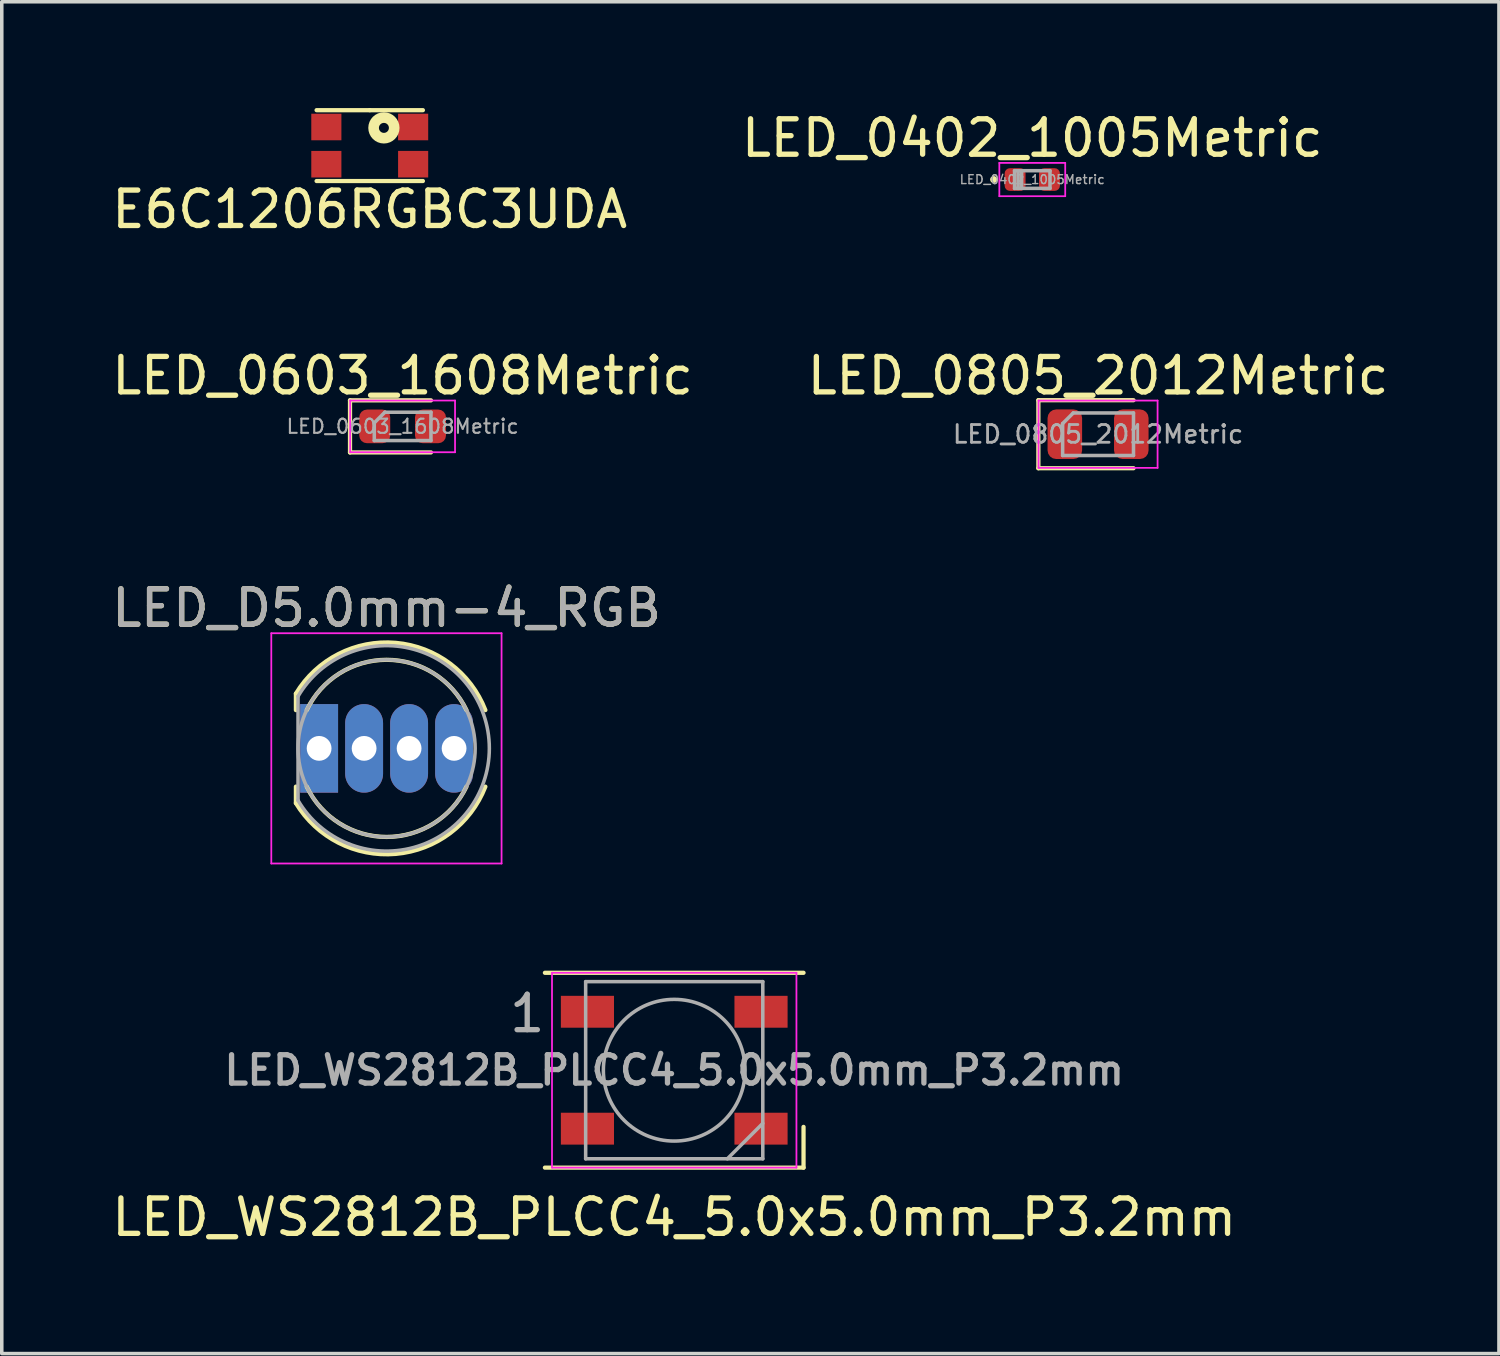
<source format=kicad_pcb>
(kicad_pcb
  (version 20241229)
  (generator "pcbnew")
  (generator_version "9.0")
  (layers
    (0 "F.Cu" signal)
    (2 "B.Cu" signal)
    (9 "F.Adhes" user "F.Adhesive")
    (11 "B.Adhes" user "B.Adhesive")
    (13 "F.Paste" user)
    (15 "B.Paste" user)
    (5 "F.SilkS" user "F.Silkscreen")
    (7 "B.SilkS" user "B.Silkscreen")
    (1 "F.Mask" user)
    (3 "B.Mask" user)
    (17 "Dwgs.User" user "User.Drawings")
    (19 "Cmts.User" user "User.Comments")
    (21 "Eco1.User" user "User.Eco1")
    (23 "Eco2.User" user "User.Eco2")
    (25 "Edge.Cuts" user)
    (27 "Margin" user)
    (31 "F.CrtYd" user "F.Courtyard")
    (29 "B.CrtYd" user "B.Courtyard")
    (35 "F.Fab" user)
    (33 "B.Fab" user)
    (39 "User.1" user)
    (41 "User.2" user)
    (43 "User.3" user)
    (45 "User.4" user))
  (footprint "LED_WS2812B_PLCC4_5.0x5.0mm_P3.2mm"
    (layer "F.Cu")
    (at 15.982 27.16)
    (property "Reference" "LED_WS2812B_PLCC4_5.0x5.0mm_P3.2mm" (at 0 4.15 180) (layer "F.SilkS") (effects (font (size 1 1) (thickness 0.15))))
    (attr smd)
    (fp_line (start -3.65 -2.75) (end 3.65 -2.75) (stroke (width 0.12) (type solid)) (layer "F.SilkS"))
    (fp_line (start -3.65 2.75) (end 3.65 2.75) (stroke (width 0.12) (type solid)) (layer "F.SilkS"))
    (fp_line (start 3.65 2.75) (end 3.65 1.6) (stroke (width 0.12) (type solid)) (layer "F.SilkS"))
    (fp_line (start -3.45 -2.75) (end -3.45 2.75) (stroke (width 0.05) (type solid)) (layer "F.CrtYd"))
    (fp_line (start -3.45 2.75) (end 3.45 2.75) (stroke (width 0.05) (type solid)) (layer "F.CrtYd"))
    (fp_line (start 3.45 -2.75) (end -3.45 -2.75) (stroke (width 0.05) (type solid)) (layer "F.CrtYd"))
    (fp_line (start 3.45 2.75) (end 3.45 -2.75) (stroke (width 0.05) (type solid)) (layer "F.CrtYd"))
    (fp_line (start -2.5 -2.5) (end -2.5 2.5) (stroke (width 0.1) (type solid)) (layer "F.Fab"))
    (fp_line (start -2.5 2.5) (end 2.5 2.5) (stroke (width 0.1) (type solid)) (layer "F.Fab"))
    (fp_line (start 2.5 -2.5) (end -2.5 -2.5) (stroke (width 0.1) (type solid)) (layer "F.Fab"))
    (fp_line (start 2.5 1.5) (end 1.5 2.5) (stroke (width 0.1) (type solid)) (layer "F.Fab"))
    (fp_line (start 2.5 2.5) (end 2.5 -2.5) (stroke (width 0.1) (type solid)) (layer "F.Fab"))
    (fp_circle (center 0 0) (end 0 -2) (stroke (width 0.1) (type solid)) (fill no) (layer "F.Fab"))
    (fp_text user "${REFERENCE}" (at 0 0 180) (layer "F.Fab") (effects (font (size 0.8 0.8) (thickness 0.15))))
    (fp_text user "1" (at -4.15 -1.6 180) (layer "F.Fab") (effects (font (size 1 1) (thickness 0.15))))
    (pad "1" smd rect (at -2.45 -1.65) (size 1.5 0.9) (layers "F.Cu" "F.Mask" "F.Paste"))
    (pad "2" smd rect (at -2.45 1.65) (size 1.5 0.9) (layers "F.Cu" "F.Mask" "F.Paste"))
    (pad "3" smd rect (at 2.45 1.65) (size 1.5 0.9) (layers "F.Cu" "F.Mask" "F.Paste"))
    (pad "4" smd rect (at 2.45 -1.65) (size 1.5 0.9) (layers "F.Cu" "F.Mask" "F.Paste")))
  (footprint "E6C1206RGBC3UDA"
    (layer "F.Cu")
    (at 7.387 1.06)
    (property "Reference" "E6C1206RGBC3UDA" (at 0 1.8 0) (layer "F.SilkS") (effects (font (size 1 1) (thickness 0.15))))
    (attr through_hole)
    (fp_line (start -1.5 1) (end 1.5 1) (stroke (width 0.12) (type solid)) (layer "F.SilkS"))
    (fp_line (start 0 -1) (end -1.5 -1) (stroke (width 0.12) (type solid)) (layer "F.SilkS"))
    (fp_line (start 0 -1) (end 1.5 -1) (stroke (width 0.12) (type solid)) (layer "F.SilkS"))
    (fp_circle (center 0.4 -0.5) (end 0.541 -0.5) (stroke (width 0.3) (type solid)) (fill no) (layer "F.SilkS"))
    (pad "1" smd rect (at -1.225 -0.525) (size 0.85 0.75) (layers "F.Cu" "F.Mask" "F.Paste"))
    (pad "2" smd rect (at 1.225 -0.525) (size 0.85 0.75) (layers "F.Cu" "F.Mask" "F.Paste"))
    (pad "3" smd rect (at -1.225 0.525) (size 0.85 0.75) (layers "F.Cu" "F.Mask" "F.Paste"))
    (pad "4" smd rect (at 1.225 0.525) (size 0.85 0.75) (layers "F.Cu" "F.Mask" "F.Paste")))
  (footprint "LED_0603_1608Metric"
    (layer "F.Cu")
    (at 8.315 8.986)
    (property "Reference" "LED_0603_1608Metric" (at 0 -1.43 0) (layer "F.SilkS") (effects (font (size 1 1) (thickness 0.15))))
    (attr smd)
    (fp_line (start -1.485 -0.735) (end -1.485 0.735) (stroke (width 0.12) (type solid)) (layer "F.SilkS"))
    (fp_line (start -1.485 0.735) (end 0.8 0.735) (stroke (width 0.12) (type solid)) (layer "F.SilkS"))
    (fp_line (start 0.8 -0.735) (end -1.485 -0.735) (stroke (width 0.12) (type solid)) (layer "F.SilkS"))
    (fp_line (start -1.48 -0.73) (end 1.48 -0.73) (stroke (width 0.05) (type solid)) (layer "F.CrtYd"))
    (fp_line (start -1.48 0.73) (end -1.48 -0.73) (stroke (width 0.05) (type solid)) (layer "F.CrtYd"))
    (fp_line (start 1.48 -0.73) (end 1.48 0.73) (stroke (width 0.05) (type solid)) (layer "F.CrtYd"))
    (fp_line (start 1.48 0.73) (end -1.48 0.73) (stroke (width 0.05) (type solid)) (layer "F.CrtYd"))
    (fp_line (start -0.8 -0.1) (end -0.8 0.4) (stroke (width 0.1) (type solid)) (layer "F.Fab"))
    (fp_line (start -0.8 0.4) (end 0.8 0.4) (stroke (width 0.1) (type solid)) (layer "F.Fab"))
    (fp_line (start -0.5 -0.4) (end -0.8 -0.1) (stroke (width 0.1) (type solid)) (layer "F.Fab"))
    (fp_line (start 0.8 -0.4) (end -0.5 -0.4) (stroke (width 0.1) (type solid)) (layer "F.Fab"))
    (fp_line (start 0.8 0.4) (end 0.8 -0.4) (stroke (width 0.1) (type solid)) (layer "F.Fab"))
    (fp_text user "${REFERENCE}" (at 0 0 0) (layer "F.Fab") (effects (font (size 0.4 0.4) (thickness 0.06))))
    (pad "1" smd roundrect (at -0.787 0) (size 0.875 0.95) (layers "F.Cu" "F.Mask" "F.Paste") (roundrect_rratio 0.25))
    (pad "2" smd roundrect (at 0.787 0) (size 0.875 0.95) (layers "F.Cu" "F.Mask" "F.Paste") (roundrect_rratio 0.25)))
  (footprint "LED_0402_1005Metric"
    (layer "F.Cu")
    (at 26.089 2.018)
    (property "Reference" "LED_0402_1005Metric" (at 0 -1.17 0) (layer "F.SilkS") (effects (font (size 1 1) (thickness 0.15))))
    (attr smd)
    (fp_circle (center -1.09 0) (end -1.04 0) (stroke (width 0.1) (type solid)) (fill no) (layer "F.SilkS"))
    (fp_line (start -0.93 -0.47) (end 0.93 -0.47) (stroke (width 0.05) (type solid)) (layer "F.CrtYd"))
    (fp_line (start -0.93 0.47) (end -0.93 -0.47) (stroke (width 0.05) (type solid)) (layer "F.CrtYd"))
    (fp_line (start 0.93 -0.47) (end 0.93 0.47) (stroke (width 0.05) (type solid)) (layer "F.CrtYd"))
    (fp_line (start 0.93 0.47) (end -0.93 0.47) (stroke (width 0.05) (type solid)) (layer "F.CrtYd"))
    (fp_line (start -0.5 -0.25) (end 0.5 -0.25) (stroke (width 0.1) (type solid)) (layer "F.Fab"))
    (fp_line (start -0.5 0.25) (end -0.5 -0.25) (stroke (width 0.1) (type solid)) (layer "F.Fab"))
    (fp_line (start -0.4 0.25) (end -0.4 -0.25) (stroke (width 0.1) (type solid)) (layer "F.Fab"))
    (fp_line (start -0.3 0.25) (end -0.3 -0.25) (stroke (width 0.1) (type solid)) (layer "F.Fab"))
    (fp_line (start 0.5 -0.25) (end 0.5 0.25) (stroke (width 0.1) (type solid)) (layer "F.Fab"))
    (fp_line (start 0.5 0.25) (end -0.5 0.25) (stroke (width 0.1) (type solid)) (layer "F.Fab"))
    (fp_text user "${REFERENCE}" (at 0 0 0) (layer "F.Fab") (effects (font (size 0.25 0.25) (thickness 0.04))))
    (pad "1" smd roundrect (at -0.485 0) (size 0.59 0.64) (layers "F.Cu" "F.Mask" "F.Paste") (roundrect_rratio 0.25))
    (pad "2" smd roundrect (at 0.485 0) (size 0.59 0.64) (layers "F.Cu" "F.Mask" "F.Paste") (roundrect_rratio 0.25)))
  (footprint "LED_D5.0mm-4_RGB"
    (layer "F.Cu")
    (at 5.958 18.075)
    (property "Reference" "LED_D5.0mm-4_RGB" (at 1.905 -3.96 0) (layer "F.SilkS") (effects (font (size 1 1) (thickness 0.15))))
    (attr through_hole)
    (fp_line (start -0.655 -1.545) (end -0.655 -1.08) (stroke (width 0.12) (type solid)) (layer "F.SilkS"))
    (fp_line (start -0.655 1.08) (end -0.655 1.545) (stroke (width 0.12) (type solid)) (layer "F.SilkS"))
    (fp_arc (start -0.655 -1.54483) (mid 2.163456 -2.978809) (end 4.692815 -1.080827) (stroke (width 0.12) (type solid)) (layer "F.SilkS"))
    (fp_arc (start -0.349684 -1.08) (mid 1.904762 -2.5) (end 4.159479 -1.080429) (stroke (width 0.12) (type solid)) (layer "F.SilkS"))
    (fp_arc (start 4.159479 1.080429) (mid 1.904762 2.5) (end -0.349684 1.08) (stroke (width 0.12) (type solid)) (layer "F.SilkS"))
    (fp_arc (start 4.692815 1.080827) (mid 2.163456 2.978808) (end -0.655 1.54483) (stroke (width 0.12) (type solid)) (layer "F.SilkS"))
    (fp_line (start -1.35 -3.25) (end -1.35 3.25) (stroke (width 0.05) (type solid)) (layer "F.CrtYd"))
    (fp_line (start -1.35 3.25) (end 5.15 3.25) (stroke (width 0.05) (type solid)) (layer "F.CrtYd"))
    (fp_line (start 5.15 -3.25) (end -1.35 -3.25) (stroke (width 0.05) (type solid)) (layer "F.CrtYd"))
    (fp_line (start 5.15 3.25) (end 5.15 -3.25) (stroke (width 0.05) (type solid)) (layer "F.CrtYd"))
    (fp_line (start -0.595 -1.47) (end -0.595 1.47) (stroke (width 0.1) (type solid)) (layer "F.Fab"))
    (fp_arc (start -0.595 -1.469694) (mid 4.805 0.000016) (end -0.595016 1.469666) (stroke (width 0.1) (type solid)) (layer "F.Fab"))
    (fp_circle (center 1.905 0) (end 4.405 0) (stroke (width 0.1) (type solid)) (fill no) (layer "F.Fab"))
    (fp_text user "${REFERENCE}" (at 1.905 -3.96 0) (layer "F.Fab") (effects (font (size 1 1) (thickness 0.15))))
    (pad "1" thru_hole rect (at 0 0) (size 1.07 2.5) (drill 0.7) (layers "*.Cu" "*.Mask"))
    (pad "2" thru_hole oval (at 1.27 0) (size 1.07 2.5) (drill 0.7) (layers "*.Cu" "*.Mask"))
    (pad "3" thru_hole oval (at 2.54 0) (size 1.07 2.5) (drill 0.7) (layers "*.Cu" "*.Mask"))
    (pad "4" thru_hole oval (at 3.81 0) (size 1.07 2.5) (drill 0.7) (layers "*.Cu" "*.Mask")))
  (footprint "LED_0805_2012Metric"
    (layer "F.Cu")
    (at 27.946 9.207)
    (property "Reference" "LED_0805_2012Metric" (at 0 -1.65 0) (layer "F.SilkS") (effects (font (size 1 1) (thickness 0.15))))
    (attr smd)
    (fp_line (start -1.685 -0.96) (end -1.685 0.96) (stroke (width 0.12) (type solid)) (layer "F.SilkS"))
    (fp_line (start -1.685 0.96) (end 1 0.96) (stroke (width 0.12) (type solid)) (layer "F.SilkS"))
    (fp_line (start 1 -0.96) (end -1.685 -0.96) (stroke (width 0.12) (type solid)) (layer "F.SilkS"))
    (fp_line (start -1.75 -1) (end 1.75 -1) (stroke (width 0.12) (type solid)) (layer "Eco1.User"))
    (fp_line (start -1.75 1) (end -1.75 -1) (stroke (width 0.12) (type solid)) (layer "Eco1.User"))
    (fp_line (start 1.75 -1) (end 1.75 1) (stroke (width 0.12) (type solid)) (layer "Eco1.User"))
    (fp_line (start 1.75 1) (end -1.75 1) (stroke (width 0.12) (type solid)) (layer "Eco1.User"))
    (fp_line (start -1.68 -0.95) (end 1.68 -0.95) (stroke (width 0.05) (type solid)) (layer "F.CrtYd"))
    (fp_line (start -1.68 0.95) (end -1.68 -0.95) (stroke (width 0.05) (type solid)) (layer "F.CrtYd"))
    (fp_line (start 1.68 -0.95) (end 1.68 0.95) (stroke (width 0.05) (type solid)) (layer "F.CrtYd"))
    (fp_line (start 1.68 0.95) (end -1.68 0.95) (stroke (width 0.05) (type solid)) (layer "F.CrtYd"))
    (fp_line (start -1 -0.3) (end -1 0.6) (stroke (width 0.1) (type solid)) (layer "F.Fab"))
    (fp_line (start -1 0.6) (end 1 0.6) (stroke (width 0.1) (type solid)) (layer "F.Fab"))
    (fp_line (start -0.7 -0.6) (end -1 -0.3) (stroke (width 0.1) (type solid)) (layer "F.Fab"))
    (fp_line (start 1 -0.6) (end -0.7 -0.6) (stroke (width 0.1) (type solid)) (layer "F.Fab"))
    (fp_line (start 1 0.6) (end 1 -0.6) (stroke (width 0.1) (type solid)) (layer "F.Fab"))
    (fp_text user "${REFERENCE}" (at 0 0 0) (layer "F.Fab") (effects (font (size 0.5 0.5) (thickness 0.08))))
    (pad "1" smd roundrect (at -0.938 0) (size 0.975 1.4) (layers "F.Cu" "F.Mask" "F.Paste") (roundrect_rratio 0.25))
    (pad "2" smd roundrect (at 0.938 0) (size 0.975 1.4) (layers "F.Cu" "F.Mask" "F.Paste") (roundrect_rratio 0.25)))
  (gr_rect
    (start -3 -3)
    (end 39.262 35.158)
    (stroke (width 0.1) (type default))
    (fill no)
    (layer "Edge.Cuts")))
</source>
